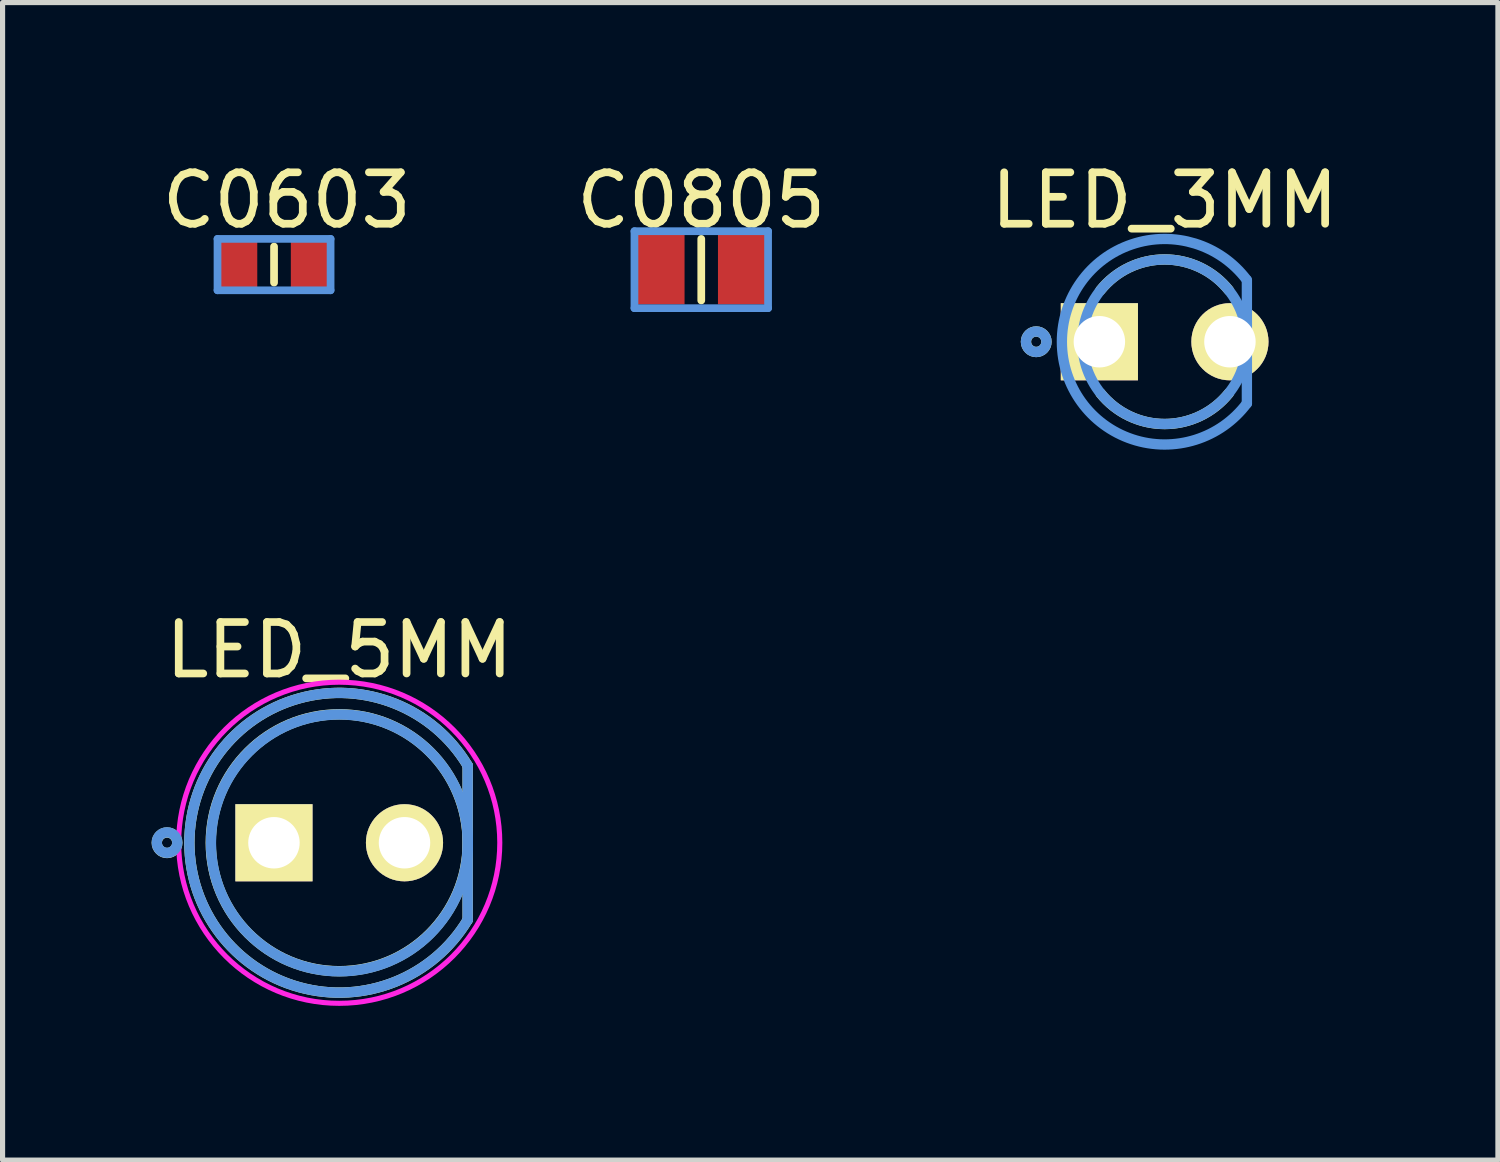
<source format=kicad_pcb>
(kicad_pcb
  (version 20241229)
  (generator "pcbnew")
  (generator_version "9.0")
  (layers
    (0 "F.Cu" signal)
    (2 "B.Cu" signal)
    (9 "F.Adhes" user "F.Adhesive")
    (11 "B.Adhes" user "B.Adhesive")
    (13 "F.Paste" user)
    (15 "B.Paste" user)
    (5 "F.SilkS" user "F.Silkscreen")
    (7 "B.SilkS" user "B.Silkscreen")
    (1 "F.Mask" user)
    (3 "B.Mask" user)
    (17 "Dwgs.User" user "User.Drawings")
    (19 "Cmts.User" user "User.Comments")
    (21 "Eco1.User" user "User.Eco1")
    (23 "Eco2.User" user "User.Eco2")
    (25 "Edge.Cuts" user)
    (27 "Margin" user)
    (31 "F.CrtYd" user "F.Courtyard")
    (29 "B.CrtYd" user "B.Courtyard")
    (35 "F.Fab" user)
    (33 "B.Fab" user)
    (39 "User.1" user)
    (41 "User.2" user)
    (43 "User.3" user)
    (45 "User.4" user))
  (footprint "C0603"
    (layer "F.Cu")
    (at 2.282 2.098)
    (property "Reference" "C0603" (at 0.249 -1.25 0) (layer "F.SilkS") (effects (font (size 1.001 1.001) (thickness 0.15))))
    (attr through_hole)
    (fp_line (start 0 -0.351) (end 0 0.351) (stroke (width 0.15) (type solid)) (layer "F.SilkS"))
    (fp_line (start -1.1 -0.5) (end -1.1 0.5) (stroke (width 0.15) (type solid)) (layer "Cmts.User"))
    (fp_line (start -1.1 0.5) (end 1.1 0.5) (stroke (width 0.15) (type solid)) (layer "Cmts.User"))
    (fp_line (start 1.1 -0.5) (end -1.1 -0.5) (stroke (width 0.15) (type solid)) (layer "Cmts.User"))
    (fp_line (start 1.1 0.5) (end 1.1 -0.5) (stroke (width 0.15) (type solid)) (layer "Cmts.User"))
    (pad "1" smd rect (at -0.701 0) (size 0.749 0.899) (layers "F.Cu" "F.Mask" "F.Paste"))
    (pad "2" smd rect (at 0.701 0) (size 0.749 0.899) (layers "F.Cu" "F.Mask" "F.Paste")))
  (footprint "LED_3MM"
    (layer "F.Cu")
    (at 19.61 3.599)
    (property "Reference" "LED_3MM" (at 0 -2.751 0) (layer "F.SilkS") (effects (font (size 1.001 1.001) (thickness 0.15))))
    (attr through_hole)
    (fp_arc (start -1.24968 -1.00076) (mid -0.001727 -1.601005) (end 1.247518 -1.003453) (stroke (width 0.20066) (type solid)) (layer "F.SilkS"))
    (fp_arc (start 1.24968 1.00076) (mid 0.001727 1.601005) (end -1.247518 1.003453) (stroke (width 0.20066) (type solid)) (layer "F.SilkS"))
    (fp_circle (center -2.499 0) (end -2.4 0) (stroke (width 0.201) (type solid)) (fill no) (layer "F.SilkS"))
    (fp_line (start 1.6 1.199) (end 1.6 -1.199) (stroke (width 0.201) (type solid)) (layer "Cmts.User"))
    (fp_arc (start 1.6002 1.19888) (mid -1.999481 0.005556) (end 1.593512 -1.207755) (stroke (width 0.20066) (type solid)) (layer "Cmts.User"))
    (fp_circle (center -2.499 0) (end -2.4 0) (stroke (width 0.201) (type solid)) (fill no) (layer "Cmts.User"))
    (fp_circle (center 0 0) (end 1.6 0) (stroke (width 0.201) (type solid)) (fill no) (layer "Cmts.User"))
    (fp_circle (center 0 0) (end 2.101 0) (stroke (width 0.099) (type solid)) (fill no) (layer "Eco1.User"))
    (pad "1" thru_hole rect (at -1.27 0) (size 1.501 1.501) (drill 1.001) (layers "*.Cu" "*.Mask" "F.SilkS"))
    (pad "2" thru_hole circle (at 1.27 0) (size 1.501 1.501) (drill 1.001) (layers "*.Cu" "*.Mask" "F.SilkS")))
  (footprint "LED_5MM"
    (layer "F.Cu")
    (at 3.55 13.347)
    (property "Reference" "LED_5MM" (at 0 -3.749 0) (layer "F.SilkS") (effects (font (size 1.001 1.001) (thickness 0.15))))
    (attr through_hole)
    (fp_line (start 2.499 -1.501) (end 2.499 1.501) (stroke (width 0.201) (type solid)) (layer "F.SilkS"))
    (fp_arc (start 2.49936 1.50114) (mid -2.915514 0.000537) (end 2.498806 -1.502061) (stroke (width 0.20066) (type solid)) (layer "F.SilkS"))
    (fp_circle (center -3.35 0) (end -3.251 0) (stroke (width 0.201) (type solid)) (fill no) (layer "F.SilkS"))
    (fp_circle (center 0 0) (end 2.499 0) (stroke (width 0.201) (type solid)) (fill no) (layer "F.SilkS"))
    (fp_line (start 2.499 -1.501) (end 2.499 1.501) (stroke (width 0.201) (type solid)) (layer "Cmts.User"))
    (fp_arc (start 2.49936 1.50114) (mid -2.915514 0.000537) (end 2.498806 -1.502061) (stroke (width 0.20066) (type solid)) (layer "Cmts.User"))
    (fp_circle (center -3.35 -0.003) (end -3.251 -0.003) (stroke (width 0.201) (type solid)) (fill no) (layer "Cmts.User"))
    (fp_circle (center 0.003 0.003) (end 2.502 0.003) (stroke (width 0.201) (type solid)) (fill no) (layer "Cmts.User"))
    (fp_circle (center 0 0) (end 3.124 0) (stroke (width 0.099) (type solid)) (fill no) (layer "F.CrtYd"))
    (pad "1" thru_hole rect (at -1.27 0) (size 1.501 1.501) (drill 1.001) (layers "*.Cu" "*.Mask" "F.SilkS"))
    (pad "2" thru_hole circle (at 1.27 0) (size 1.501 1.501) (drill 1.001) (layers "*.Cu" "*.Mask" "F.SilkS")))
  (footprint "C0805"
    (layer "F.Cu")
    (at 10.594 2.197)
    (property "Reference" "C0805" (at 0 -1.349 0) (layer "F.SilkS") (effects (font (size 1.001 1.001) (thickness 0.15))))
    (attr through_hole)
    (fp_line (start 0 -0.599) (end 0 0.599) (stroke (width 0.15) (type solid)) (layer "F.SilkS"))
    (fp_line (start -1.3 -0.749) (end 1.3 -0.749) (stroke (width 0.15) (type solid)) (layer "Cmts.User"))
    (fp_line (start -1.3 0.749) (end -1.3 -0.749) (stroke (width 0.15) (type solid)) (layer "Cmts.User"))
    (fp_line (start 1.3 -0.749) (end 1.3 0.749) (stroke (width 0.15) (type solid)) (layer "Cmts.User"))
    (fp_line (start 1.3 0.749) (end -1.3 0.749) (stroke (width 0.15) (type solid)) (layer "Cmts.User"))
    (pad "1" smd rect (at -0.8 0) (size 0.95 1.349) (layers "F.Cu" "F.Mask" "F.Paste"))
    (pad "2" smd rect (at 0.8 0) (size 0.95 1.349) (layers "F.Cu" "F.Mask" "F.Paste")))
  (gr_rect
    (start -3 -3)
    (end 26.094 19.521)
    (stroke (width 0.1) (type default))
    (fill no)
    (layer "Edge.Cuts")))
</source>
